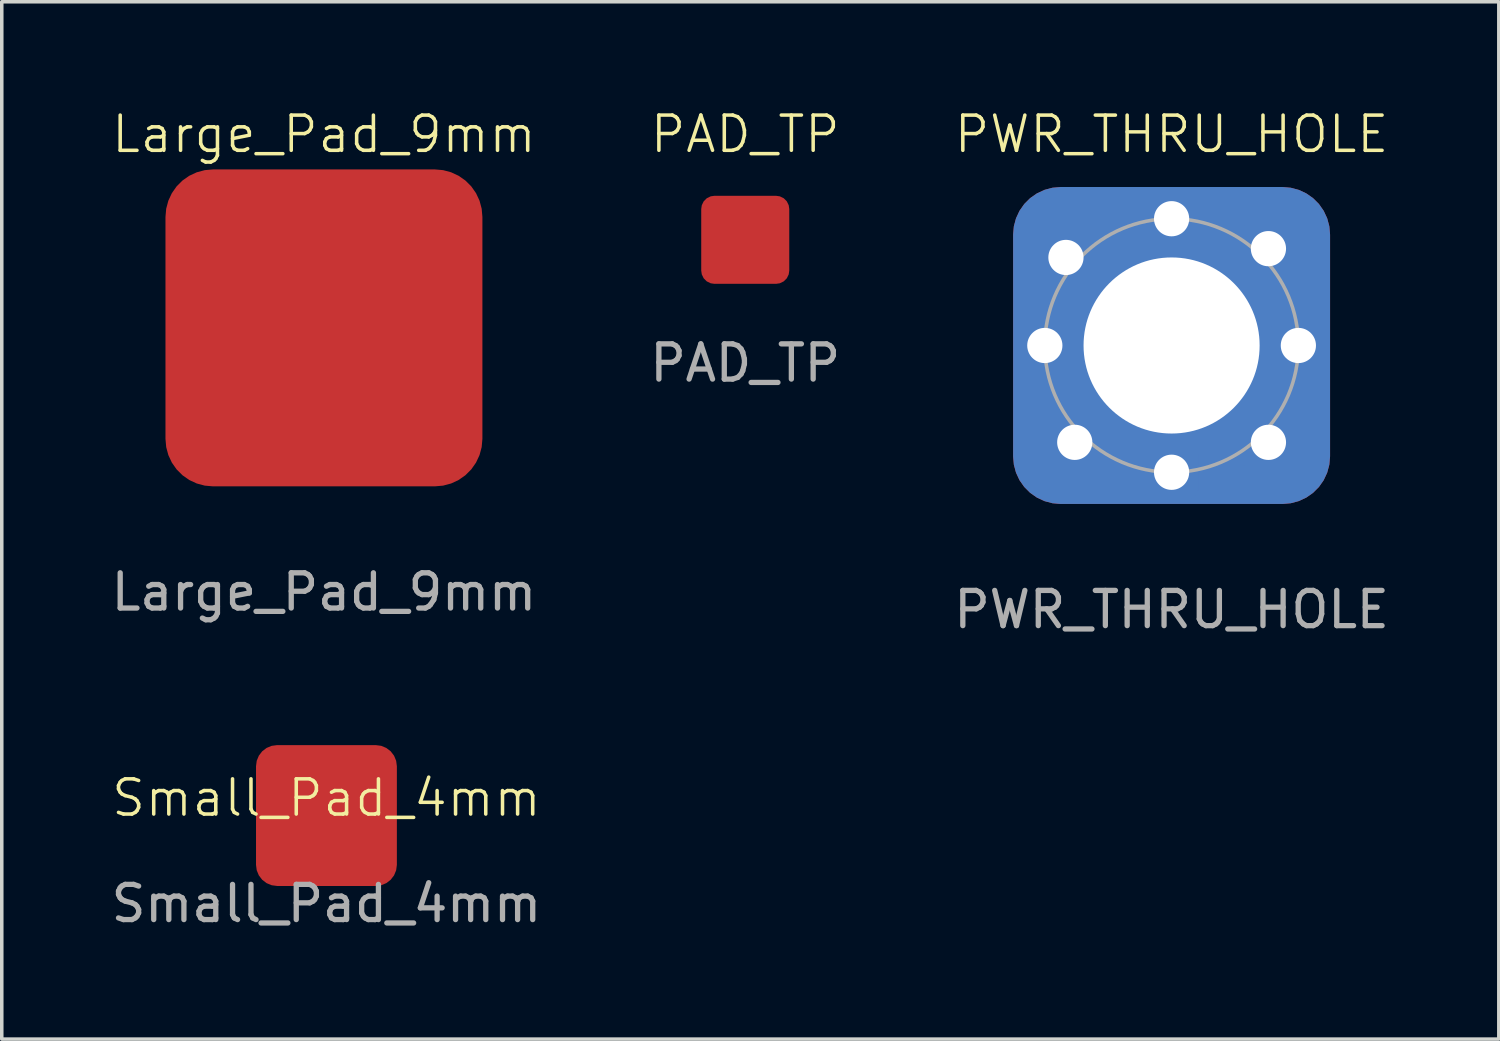
<source format=kicad_pcb>
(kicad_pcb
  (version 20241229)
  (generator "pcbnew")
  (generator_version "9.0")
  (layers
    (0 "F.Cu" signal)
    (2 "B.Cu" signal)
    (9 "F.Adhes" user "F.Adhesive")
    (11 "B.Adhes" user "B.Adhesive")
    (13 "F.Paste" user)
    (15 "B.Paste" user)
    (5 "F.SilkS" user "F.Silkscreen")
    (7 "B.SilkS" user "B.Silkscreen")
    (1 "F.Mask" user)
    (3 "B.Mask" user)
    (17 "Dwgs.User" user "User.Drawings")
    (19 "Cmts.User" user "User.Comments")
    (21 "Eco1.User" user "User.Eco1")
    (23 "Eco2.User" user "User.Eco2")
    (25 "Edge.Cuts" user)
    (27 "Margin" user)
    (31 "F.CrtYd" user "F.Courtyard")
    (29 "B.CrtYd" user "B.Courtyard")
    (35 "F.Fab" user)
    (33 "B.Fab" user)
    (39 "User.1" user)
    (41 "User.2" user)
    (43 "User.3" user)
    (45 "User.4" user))
  (footprint "PWR_THRU_HOLE"
    (layer "F.Cu")
    (at 30.22 6.761)
    (property "Reference" "PWR_THRU_HOLE" (at 0 -6 0) (unlocked yes) (layer "F.SilkS") (effects (font (size 1 1) (thickness 0.1))))
    (attr through_hole)
    (fp_circle (center 0 0) (end 3.6 0) (stroke (width 0.1) (type solid)) (fill no) (layer "F.Fab"))
    (fp_text user "${REFERENCE}" (at 0 7.5 0) (unlocked yes) (layer "F.Fab") (effects (font (size 1 1) (thickness 0.15))))
    (pad "1" thru_hole roundrect (at -3.6 0) (size 1.5 1.5) (drill 1) (layers "*.Cu" "*.Mask") (roundrect_rratio 0.15))
    (pad "1" thru_hole roundrect (at -3 -2.5) (size 1.5 1.5) (drill 1) (layers "*.Cu" "*.Mask") (roundrect_rratio 0.15))
    (pad "1" thru_hole roundrect (at -2.75 2.75) (size 1.5 1.5) (drill 1) (layers "*.Cu" "*.Mask") (roundrect_rratio 0.15))
    (pad "1" thru_hole roundrect (at 0 -3.6) (size 1.5 1.5) (drill 1) (layers "*.Cu" "*.Mask") (roundrect_rratio 0.15))
    (pad "1" thru_hole roundrect (at 0 0) (size 9 9) (drill 5) (layers "*.Cu" "*.Mask") (roundrect_rratio 0.15))
    (pad "1" thru_hole roundrect (at 0 3.6) (size 1.5 1.5) (drill 1) (layers "*.Cu" "*.Mask") (roundrect_rratio 0.15))
    (pad "1" thru_hole roundrect (at 2.75 -2.75) (size 1.5 1.5) (drill 1) (layers "*.Cu" "*.Mask") (roundrect_rratio 0.15))
    (pad "1" thru_hole roundrect (at 2.75 2.75) (size 1.5 1.5) (drill 1) (layers "*.Cu" "*.Mask") (roundrect_rratio 0.15))
    (pad "1" thru_hole roundrect (at 3.6 0) (size 1.5 1.5) (drill 1) (layers "*.Cu" "*.Mask") (roundrect_rratio 0.15)))
  (footprint "PAD_TP"
    (layer "F.Cu")
    (at 18.113 3.76)
    (property "Reference" "PAD_TP" (at 0 -3 0) (unlocked yes) (layer "F.SilkS") (effects (font (size 1 1) (thickness 0.1))))
    (attr smd)
    (fp_text user "${REFERENCE}" (at 0 3.5 0) (unlocked yes) (layer "F.Fab") (effects (font (size 1 1) (thickness 0.15))))
    (pad "1" smd roundrect (at 0 0) (size 2.5 2.5) (layers "F.Cu" "F.Mask" "F.Paste") (roundrect_rratio 0.15)))
  (footprint "Large_Pad_9mm"
    (layer "F.Cu")
    (at 6.149 6.261)
    (property "Reference" "Large_Pad_9mm" (at 0 -5.5 0) (unlocked yes) (layer "F.SilkS") (effects (font (size 1 1) (thickness 0.1))))
    (attr smd)
    (fp_text user "${REFERENCE}" (at 0 7.5 0) (unlocked yes) (layer "F.Fab") (effects (font (size 1 1) (thickness 0.15))))
    (pad "1" smd roundrect (at 0 0) (size 9 9) (layers "F.Cu" "F.Mask" "F.Paste") (roundrect_rratio 0.15)))
  (footprint "Small_Pad_4mm"
    (layer "F.Cu")
    (at 6.22 20.109)
    (property "Reference" "Small_Pad_4mm" (at 0 -0.5 0) (unlocked yes) (layer "F.SilkS") (effects (font (size 1 1) (thickness 0.1))))
    (attr smd)
    (fp_text user "${REFERENCE}" (at 0 2.5 0) (unlocked yes) (layer "F.Fab") (effects (font (size 1 1) (thickness 0.15))))
    (pad "1" smd roundrect (at 0 0) (size 4 4) (layers "F.Cu" "F.Mask" "F.Paste") (roundrect_rratio 0.15)))
  (gr_rect
    (start -3 -3)
    (end 39.512 26.457)
    (stroke (width 0.1) (type default))
    (fill no)
    (layer "Edge.Cuts")))
</source>
